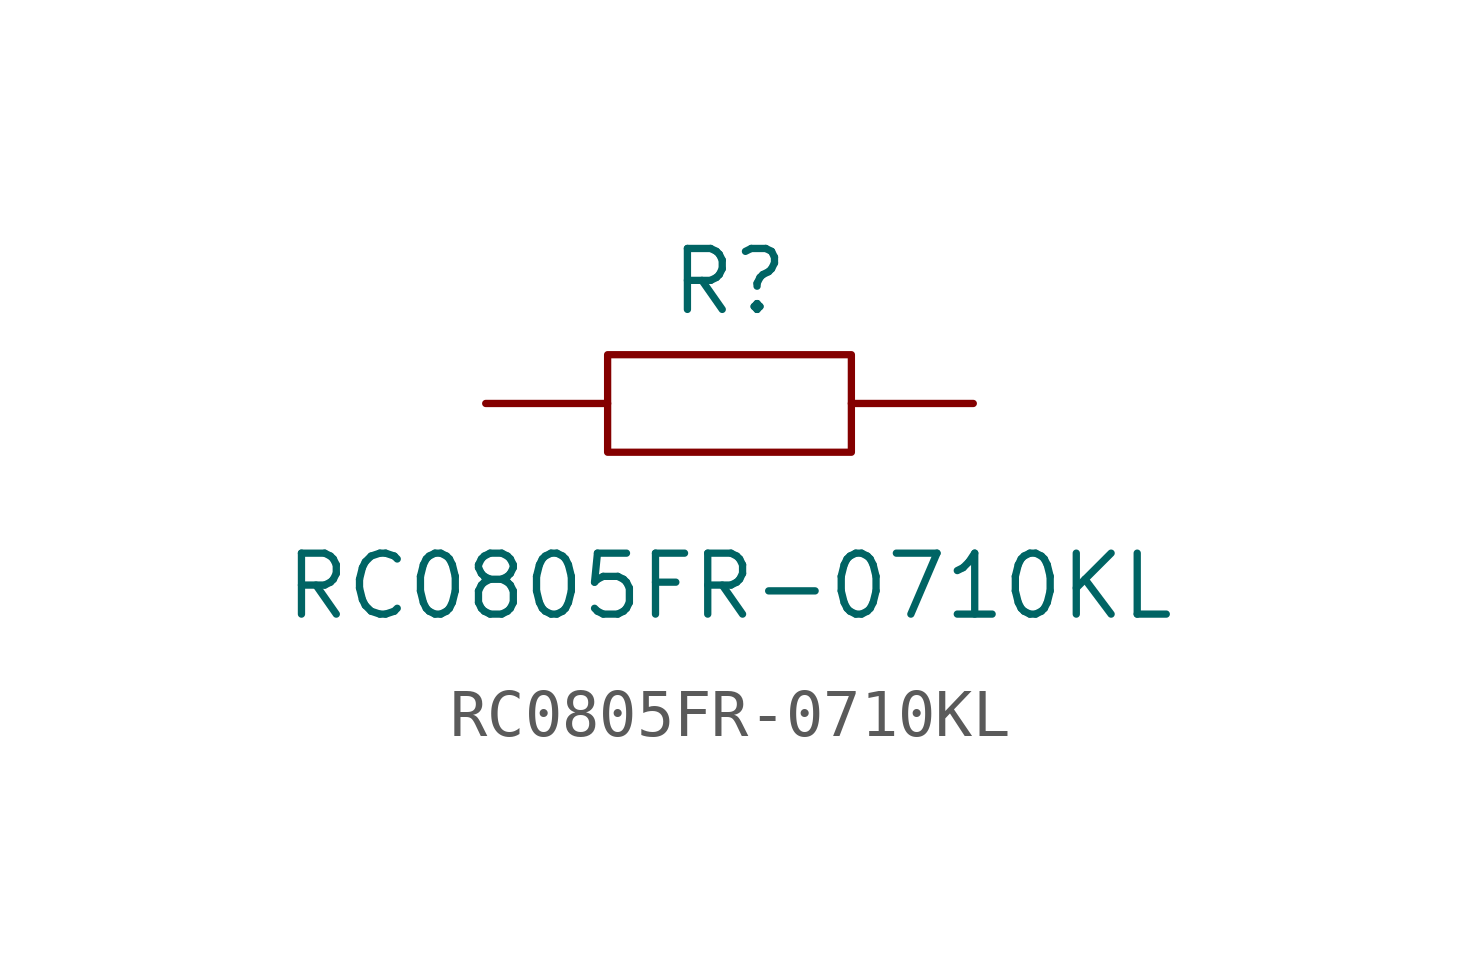
<source format=kicad_sym>
(kicad_symbol_lib
  (version 20211014)
  (generator kicad_symbol_editor)
  (symbol "RC0805FR-0710KL"
    (pin_numbers hide)
    (pin_names
      (offset 1.016) hide)
    (property "Reference" "R"
      (at 0 2.54 0)
      (effects (font (size 1.27 1.27))))
    (property "Value" "RC0805FR-0710KL"
      (at 0 -3.81 0)
      (effects (font (size 1.27 1.27))))
    (symbol "RC0805FR-0710KL_1_1"
      (rectangle (start -2.54 1.016) (end 2.54 -1.016) (stroke (width 0.152) (type default) (color 0 0 0 0)) (fill (type none)))
      (pin input line (at -5.08 0 0) (length 2.54) (name "1" (effects (font (size 1.27 1.27)))) (number "1" (effects (font (size 1.27 1.27)))))
      (pin input line (at 5.08 0 180) (length 2.54) (name "2" (effects (font (size 1.27 1.27)))) (number "2" (effects (font (size 1.27 1.27))))))))
</source>
